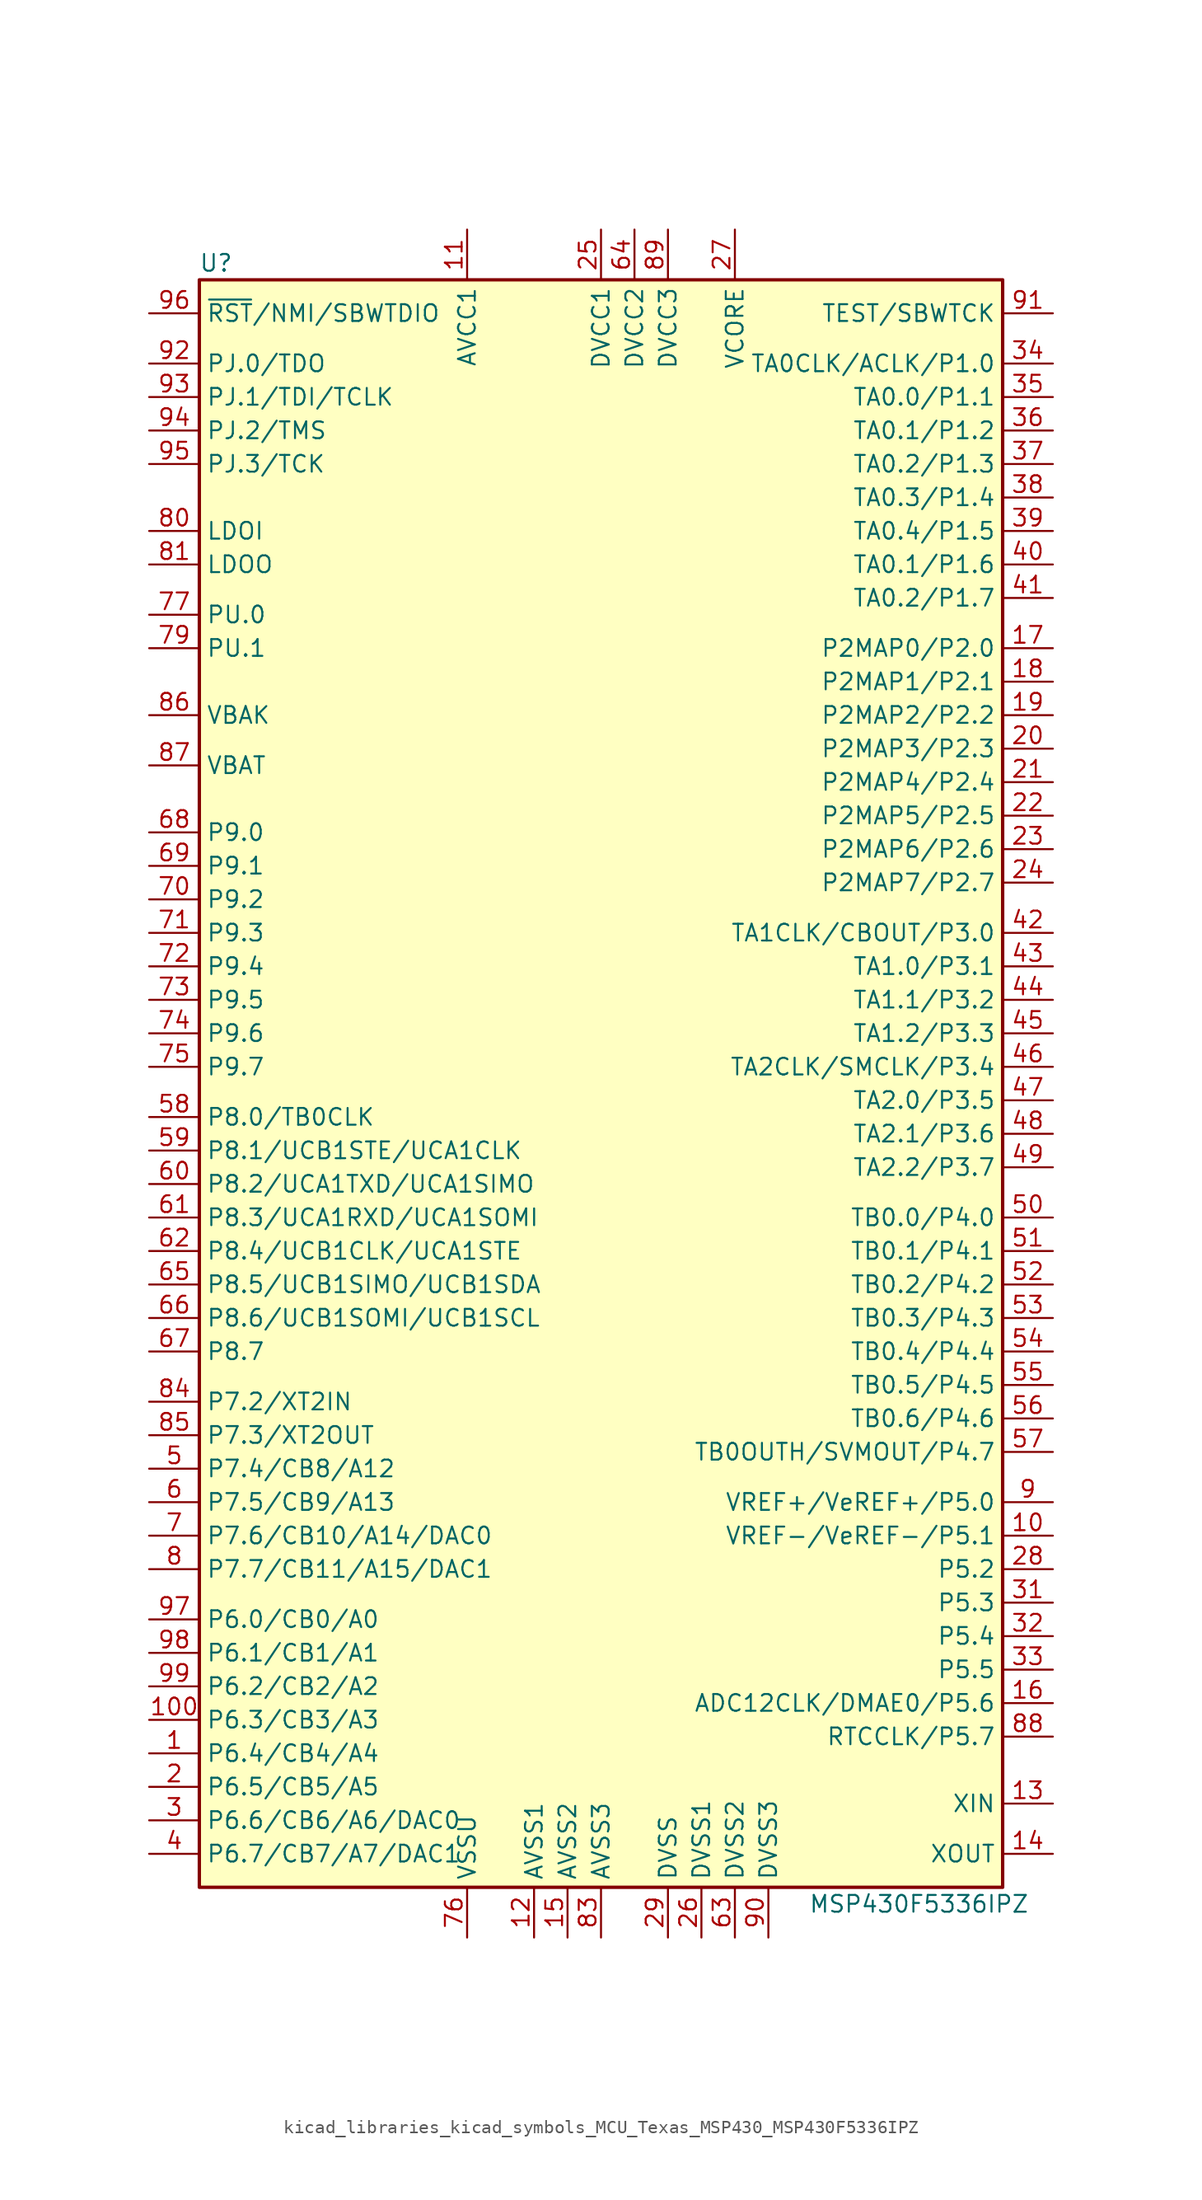
<source format=kicad_sym>
(kicad_symbol_lib
  (version 20220914)
  (generator kicad_symbol_editor)
  (symbol "kicad_libraries_kicad_symbols_MCU_Texas_MSP430_MSP430F5336IPZ"
    (property "Reference" "U"
      (at -29.21 60.96 0)
      (effects (font (size 1.27 1.27))))
    (property "Value" "MSP430F5336IPZ"
      (at 24.13 -63.5 0)
      (effects (font (size 1.27 1.27))))
    (symbol "kicad_libraries_kicad_symbols_MCU_Texas_MSP430_MSP430F5336IPZ_0_1"
      (rectangle (start -30.48 59.69) (end 30.48 -62.23) (stroke (width 0.254) (type default)) (fill (type background))))
    (symbol "kicad_libraries_kicad_symbols_MCU_Texas_MSP430_MSP430F5336IPZ_1_1"
      (pin bidirectional line (at -34.29 -52.07 0) (length 3.81) (name "P6.4/CB4/A4" (effects (font (size 1.27 1.27)))) (number "1" (effects (font (size 1.27 1.27)))))
      (pin bidirectional line (at 34.29 -35.56 180) (length 3.81) (name "VREF-/VeREF-/P5.1" (effects (font (size 1.27 1.27)))) (number "10" (effects (font (size 1.27 1.27)))))
      (pin bidirectional line (at -34.29 -49.53 0) (length 3.81) (name "P6.3/CB3/A3" (effects (font (size 1.27 1.27)))) (number "100" (effects (font (size 1.27 1.27)))))
      (pin power_in line (at -10.16 63.5 270) (length 3.81) (name "AVCC1" (effects (font (size 1.27 1.27)))) (number "11" (effects (font (size 1.27 1.27)))))
      (pin power_in line (at -5.08 -66.04 90) (length 3.81) (name "AVSS1" (effects (font (size 1.27 1.27)))) (number "12" (effects (font (size 1.27 1.27)))))
      (pin bidirectional line (at 34.29 -55.88 180) (length 3.81) (name "XIN" (effects (font (size 1.27 1.27)))) (number "13" (effects (font (size 1.27 1.27)))))
      (pin bidirectional line (at 34.29 -59.69 180) (length 3.81) (name "XOUT" (effects (font (size 1.27 1.27)))) (number "14" (effects (font (size 1.27 1.27)))))
      (pin power_in line (at -2.54 -66.04 90) (length 3.81) (name "AVSS2" (effects (font (size 1.27 1.27)))) (number "15" (effects (font (size 1.27 1.27)))))
      (pin bidirectional line (at 34.29 -48.26 180) (length 3.81) (name "ADC12CLK/DMAE0/P5.6" (effects (font (size 1.27 1.27)))) (number "16" (effects (font (size 1.27 1.27)))))
      (pin bidirectional line (at 34.29 31.75 180) (length 3.81) (name "P2MAP0/P2.0" (effects (font (size 1.27 1.27)))) (number "17" (effects (font (size 1.27 1.27)))))
      (pin bidirectional line (at 34.29 29.21 180) (length 3.81) (name "P2MAP1/P2.1" (effects (font (size 1.27 1.27)))) (number "18" (effects (font (size 1.27 1.27)))))
      (pin bidirectional line (at 34.29 26.67 180) (length 3.81) (name "P2MAP2/P2.2" (effects (font (size 1.27 1.27)))) (number "19" (effects (font (size 1.27 1.27)))))
      (pin bidirectional line (at -34.29 -54.61 0) (length 3.81) (name "P6.5/CB5/A5" (effects (font (size 1.27 1.27)))) (number "2" (effects (font (size 1.27 1.27)))))
      (pin bidirectional line (at 34.29 24.13 180) (length 3.81) (name "P2MAP3/P2.3" (effects (font (size 1.27 1.27)))) (number "20" (effects (font (size 1.27 1.27)))))
      (pin bidirectional line (at 34.29 21.59 180) (length 3.81) (name "P2MAP4/P2.4" (effects (font (size 1.27 1.27)))) (number "21" (effects (font (size 1.27 1.27)))))
      (pin bidirectional line (at 34.29 19.05 180) (length 3.81) (name "P2MAP5/P2.5" (effects (font (size 1.27 1.27)))) (number "22" (effects (font (size 1.27 1.27)))))
      (pin bidirectional line (at 34.29 16.51 180) (length 3.81) (name "P2MAP6/P2.6" (effects (font (size 1.27 1.27)))) (number "23" (effects (font (size 1.27 1.27)))))
      (pin bidirectional line (at 34.29 13.97 180) (length 3.81) (name "P2MAP7/P2.7" (effects (font (size 1.27 1.27)))) (number "24" (effects (font (size 1.27 1.27)))))
      (pin power_in line (at 0 63.5 270) (length 3.81) (name "DVCC1" (effects (font (size 1.27 1.27)))) (number "25" (effects (font (size 1.27 1.27)))))
      (pin power_in line (at 7.62 -66.04 90) (length 3.81) (name "DVSS1" (effects (font (size 1.27 1.27)))) (number "26" (effects (font (size 1.27 1.27)))))
      (pin bidirectional line (at 10.16 63.5 270) (length 3.81) (name "VCORE" (effects (font (size 1.27 1.27)))) (number "27" (effects (font (size 1.27 1.27)))))
      (pin bidirectional line (at 34.29 -38.1 180) (length 3.81) (name "P5.2" (effects (font (size 1.27 1.27)))) (number "28" (effects (font (size 1.27 1.27)))))
      (pin power_in line (at 5.08 -66.04 90) (length 3.81) (name "DVSS" (effects (font (size 1.27 1.27)))) (number "29" (effects (font (size 1.27 1.27)))))
      (pin bidirectional line (at -34.29 -57.15 0) (length 3.81) (name "P6.6/CB6/A6/DAC0" (effects (font (size 1.27 1.27)))) (number "3" (effects (font (size 1.27 1.27)))))
      (pin bidirectional line (at 34.29 -40.64 180) (length 3.81) (name "P5.3" (effects (font (size 1.27 1.27)))) (number "31" (effects (font (size 1.27 1.27)))))
      (pin bidirectional line (at 34.29 -43.18 180) (length 3.81) (name "P5.4" (effects (font (size 1.27 1.27)))) (number "32" (effects (font (size 1.27 1.27)))))
      (pin bidirectional line (at 34.29 -45.72 180) (length 3.81) (name "P5.5" (effects (font (size 1.27 1.27)))) (number "33" (effects (font (size 1.27 1.27)))))
      (pin bidirectional line (at 34.29 53.34 180) (length 3.81) (name "TA0CLK/ACLK/P1.0" (effects (font (size 1.27 1.27)))) (number "34" (effects (font (size 1.27 1.27)))))
      (pin bidirectional line (at 34.29 50.8 180) (length 3.81) (name "TA0.0/P1.1" (effects (font (size 1.27 1.27)))) (number "35" (effects (font (size 1.27 1.27)))))
      (pin bidirectional line (at 34.29 48.26 180) (length 3.81) (name "TA0.1/P1.2" (effects (font (size 1.27 1.27)))) (number "36" (effects (font (size 1.27 1.27)))))
      (pin bidirectional line (at 34.29 45.72 180) (length 3.81) (name "TA0.2/P1.3" (effects (font (size 1.27 1.27)))) (number "37" (effects (font (size 1.27 1.27)))))
      (pin bidirectional line (at 34.29 43.18 180) (length 3.81) (name "TA0.3/P1.4" (effects (font (size 1.27 1.27)))) (number "38" (effects (font (size 1.27 1.27)))))
      (pin bidirectional line (at 34.29 40.64 180) (length 3.81) (name "TA0.4/P1.5" (effects (font (size 1.27 1.27)))) (number "39" (effects (font (size 1.27 1.27)))))
      (pin bidirectional line (at -34.29 -59.69 0) (length 3.81) (name "P6.7/CB7/A7/DAC1" (effects (font (size 1.27 1.27)))) (number "4" (effects (font (size 1.27 1.27)))))
      (pin bidirectional line (at 34.29 38.1 180) (length 3.81) (name "TA0.1/P1.6" (effects (font (size 1.27 1.27)))) (number "40" (effects (font (size 1.27 1.27)))))
      (pin bidirectional line (at 34.29 35.56 180) (length 3.81) (name "TA0.2/P1.7" (effects (font (size 1.27 1.27)))) (number "41" (effects (font (size 1.27 1.27)))))
      (pin bidirectional line (at 34.29 10.16 180) (length 3.81) (name "TA1CLK/CBOUT/P3.0" (effects (font (size 1.27 1.27)))) (number "42" (effects (font (size 1.27 1.27)))))
      (pin bidirectional line (at 34.29 7.62 180) (length 3.81) (name "TA1.0/P3.1" (effects (font (size 1.27 1.27)))) (number "43" (effects (font (size 1.27 1.27)))))
      (pin bidirectional line (at 34.29 5.08 180) (length 3.81) (name "TA1.1/P3.2" (effects (font (size 1.27 1.27)))) (number "44" (effects (font (size 1.27 1.27)))))
      (pin bidirectional line (at 34.29 2.54 180) (length 3.81) (name "TA1.2/P3.3" (effects (font (size 1.27 1.27)))) (number "45" (effects (font (size 1.27 1.27)))))
      (pin bidirectional line (at 34.29 0 180) (length 3.81) (name "TA2CLK/SMCLK/P3.4" (effects (font (size 1.27 1.27)))) (number "46" (effects (font (size 1.27 1.27)))))
      (pin bidirectional line (at 34.29 -2.54 180) (length 3.81) (name "TA2.0/P3.5" (effects (font (size 1.27 1.27)))) (number "47" (effects (font (size 1.27 1.27)))))
      (pin bidirectional line (at 34.29 -5.08 180) (length 3.81) (name "TA2.1/P3.6" (effects (font (size 1.27 1.27)))) (number "48" (effects (font (size 1.27 1.27)))))
      (pin bidirectional line (at 34.29 -7.62 180) (length 3.81) (name "TA2.2/P3.7" (effects (font (size 1.27 1.27)))) (number "49" (effects (font (size 1.27 1.27)))))
      (pin bidirectional line (at -34.29 -30.48 0) (length 3.81) (name "P7.4/CB8/A12" (effects (font (size 1.27 1.27)))) (number "5" (effects (font (size 1.27 1.27)))))
      (pin bidirectional line (at 34.29 -11.43 180) (length 3.81) (name "TB0.0/P4.0" (effects (font (size 1.27 1.27)))) (number "50" (effects (font (size 1.27 1.27)))))
      (pin bidirectional line (at 34.29 -13.97 180) (length 3.81) (name "TB0.1/P4.1" (effects (font (size 1.27 1.27)))) (number "51" (effects (font (size 1.27 1.27)))))
      (pin bidirectional line (at 34.29 -16.51 180) (length 3.81) (name "TB0.2/P4.2" (effects (font (size 1.27 1.27)))) (number "52" (effects (font (size 1.27 1.27)))))
      (pin bidirectional line (at 34.29 -19.05 180) (length 3.81) (name "TB0.3/P4.3" (effects (font (size 1.27 1.27)))) (number "53" (effects (font (size 1.27 1.27)))))
      (pin bidirectional line (at 34.29 -21.59 180) (length 3.81) (name "TB0.4/P4.4" (effects (font (size 1.27 1.27)))) (number "54" (effects (font (size 1.27 1.27)))))
      (pin bidirectional line (at 34.29 -24.13 180) (length 3.81) (name "TB0.5/P4.5" (effects (font (size 1.27 1.27)))) (number "55" (effects (font (size 1.27 1.27)))))
      (pin bidirectional line (at 34.29 -26.67 180) (length 3.81) (name "TB0.6/P4.6" (effects (font (size 1.27 1.27)))) (number "56" (effects (font (size 1.27 1.27)))))
      (pin bidirectional line (at 34.29 -29.21 180) (length 3.81) (name "TB0OUTH/SVMOUT/P4.7" (effects (font (size 1.27 1.27)))) (number "57" (effects (font (size 1.27 1.27)))))
      (pin bidirectional line (at -34.29 -3.81 0) (length 3.81) (name "P8.0/TB0CLK" (effects (font (size 1.27 1.27)))) (number "58" (effects (font (size 1.27 1.27)))))
      (pin bidirectional line (at -34.29 -6.35 0) (length 3.81) (name "P8.1/UCB1STE/UCA1CLK" (effects (font (size 1.27 1.27)))) (number "59" (effects (font (size 1.27 1.27)))))
      (pin bidirectional line (at -34.29 -33.02 0) (length 3.81) (name "P7.5/CB9/A13" (effects (font (size 1.27 1.27)))) (number "6" (effects (font (size 1.27 1.27)))))
      (pin bidirectional line (at -34.29 -8.89 0) (length 3.81) (name "P8.2/UCA1TXD/UCA1SIMO" (effects (font (size 1.27 1.27)))) (number "60" (effects (font (size 1.27 1.27)))))
      (pin bidirectional line (at -34.29 -11.43 0) (length 3.81) (name "P8.3/UCA1RXD/UCA1SOMI" (effects (font (size 1.27 1.27)))) (number "61" (effects (font (size 1.27 1.27)))))
      (pin bidirectional line (at -34.29 -13.97 0) (length 3.81) (name "P8.4/UCB1CLK/UCA1STE" (effects (font (size 1.27 1.27)))) (number "62" (effects (font (size 1.27 1.27)))))
      (pin power_in line (at 10.16 -66.04 90) (length 3.81) (name "DVSS2" (effects (font (size 1.27 1.27)))) (number "63" (effects (font (size 1.27 1.27)))))
      (pin power_in line (at 2.54 63.5 270) (length 3.81) (name "DVCC2" (effects (font (size 1.27 1.27)))) (number "64" (effects (font (size 1.27 1.27)))))
      (pin bidirectional line (at -34.29 -16.51 0) (length 3.81) (name "P8.5/UCB1SIMO/UCB1SDA" (effects (font (size 1.27 1.27)))) (number "65" (effects (font (size 1.27 1.27)))))
      (pin bidirectional line (at -34.29 -19.05 0) (length 3.81) (name "P8.6/UCB1SOMI/UCB1SCL" (effects (font (size 1.27 1.27)))) (number "66" (effects (font (size 1.27 1.27)))))
      (pin bidirectional line (at -34.29 -21.59 0) (length 3.81) (name "P8.7" (effects (font (size 1.27 1.27)))) (number "67" (effects (font (size 1.27 1.27)))))
      (pin bidirectional line (at -34.29 17.78 0) (length 3.81) (name "P9.0" (effects (font (size 1.27 1.27)))) (number "68" (effects (font (size 1.27 1.27)))))
      (pin bidirectional line (at -34.29 15.24 0) (length 3.81) (name "P9.1" (effects (font (size 1.27 1.27)))) (number "69" (effects (font (size 1.27 1.27)))))
      (pin bidirectional line (at -34.29 -35.56 0) (length 3.81) (name "P7.6/CB10/A14/DAC0" (effects (font (size 1.27 1.27)))) (number "7" (effects (font (size 1.27 1.27)))))
      (pin bidirectional line (at -34.29 12.7 0) (length 3.81) (name "P9.2" (effects (font (size 1.27 1.27)))) (number "70" (effects (font (size 1.27 1.27)))))
      (pin bidirectional line (at -34.29 10.16 0) (length 3.81) (name "P9.3" (effects (font (size 1.27 1.27)))) (number "71" (effects (font (size 1.27 1.27)))))
      (pin bidirectional line (at -34.29 7.62 0) (length 3.81) (name "P9.4" (effects (font (size 1.27 1.27)))) (number "72" (effects (font (size 1.27 1.27)))))
      (pin bidirectional line (at -34.29 5.08 0) (length 3.81) (name "P9.5" (effects (font (size 1.27 1.27)))) (number "73" (effects (font (size 1.27 1.27)))))
      (pin bidirectional line (at -34.29 2.54 0) (length 3.81) (name "P9.6" (effects (font (size 1.27 1.27)))) (number "74" (effects (font (size 1.27 1.27)))))
      (pin bidirectional line (at -34.29 0 0) (length 3.81) (name "P9.7" (effects (font (size 1.27 1.27)))) (number "75" (effects (font (size 1.27 1.27)))))
      (pin power_in line (at -10.16 -66.04 90) (length 3.81) (name "VSSU" (effects (font (size 1.27 1.27)))) (number "76" (effects (font (size 1.27 1.27)))))
      (pin bidirectional line (at -34.29 34.29 0) (length 3.81) (name "PU.0" (effects (font (size 1.27 1.27)))) (number "77" (effects (font (size 1.27 1.27)))))
      (pin bidirectional line (at -34.29 31.75 0) (length 3.81) (name "PU.1" (effects (font (size 1.27 1.27)))) (number "79" (effects (font (size 1.27 1.27)))))
      (pin bidirectional line (at -34.29 -38.1 0) (length 3.81) (name "P7.7/CB11/A15/DAC1" (effects (font (size 1.27 1.27)))) (number "8" (effects (font (size 1.27 1.27)))))
      (pin bidirectional line (at -34.29 40.64 0) (length 3.81) (name "LDOI" (effects (font (size 1.27 1.27)))) (number "80" (effects (font (size 1.27 1.27)))))
      (pin bidirectional line (at -34.29 38.1 0) (length 3.81) (name "LDOO" (effects (font (size 1.27 1.27)))) (number "81" (effects (font (size 1.27 1.27)))))
      (pin power_in line (at 0 -66.04 90) (length 3.81) (name "AVSS3" (effects (font (size 1.27 1.27)))) (number "83" (effects (font (size 1.27 1.27)))))
      (pin bidirectional line (at -34.29 -25.4 0) (length 3.81) (name "P7.2/XT2IN" (effects (font (size 1.27 1.27)))) (number "84" (effects (font (size 1.27 1.27)))))
      (pin bidirectional line (at -34.29 -27.94 0) (length 3.81) (name "P7.3/XT2OUT" (effects (font (size 1.27 1.27)))) (number "85" (effects (font (size 1.27 1.27)))))
      (pin bidirectional line (at -34.29 26.67 0) (length 3.81) (name "VBAK" (effects (font (size 1.27 1.27)))) (number "86" (effects (font (size 1.27 1.27)))))
      (pin bidirectional line (at -34.29 22.86 0) (length 3.81) (name "VBAT" (effects (font (size 1.27 1.27)))) (number "87" (effects (font (size 1.27 1.27)))))
      (pin bidirectional line (at 34.29 -50.8 180) (length 3.81) (name "RTCCLK/P5.7" (effects (font (size 1.27 1.27)))) (number "88" (effects (font (size 1.27 1.27)))))
      (pin power_in line (at 5.08 63.5 270) (length 3.81) (name "DVCC3" (effects (font (size 1.27 1.27)))) (number "89" (effects (font (size 1.27 1.27)))))
      (pin bidirectional line (at 34.29 -33.02 180) (length 3.81) (name "VREF+/VeREF+/P5.0" (effects (font (size 1.27 1.27)))) (number "9" (effects (font (size 1.27 1.27)))))
      (pin power_in line (at 12.7 -66.04 90) (length 3.81) (name "DVSS3" (effects (font (size 1.27 1.27)))) (number "90" (effects (font (size 1.27 1.27)))))
      (pin input line (at 34.29 57.15 180) (length 3.81) (name "TEST/SBWTCK" (effects (font (size 1.27 1.27)))) (number "91" (effects (font (size 1.27 1.27)))))
      (pin bidirectional line (at -34.29 53.34 0) (length 3.81) (name "PJ.0/TDO" (effects (font (size 1.27 1.27)))) (number "92" (effects (font (size 1.27 1.27)))))
      (pin bidirectional line (at -34.29 50.8 0) (length 3.81) (name "PJ.1/TDI/TCLK" (effects (font (size 1.27 1.27)))) (number "93" (effects (font (size 1.27 1.27)))))
      (pin bidirectional line (at -34.29 48.26 0) (length 3.81) (name "PJ.2/TMS" (effects (font (size 1.27 1.27)))) (number "94" (effects (font (size 1.27 1.27)))))
      (pin bidirectional line (at -34.29 45.72 0) (length 3.81) (name "PJ.3/TCK" (effects (font (size 1.27 1.27)))) (number "95" (effects (font (size 1.27 1.27)))))
      (pin input line (at -34.29 57.15 0) (length 3.81) (name "~{RST}/NMI/SBWTDIO" (effects (font (size 1.27 1.27)))) (number "96" (effects (font (size 1.27 1.27)))))
      (pin bidirectional line (at -34.29 -41.91 0) (length 3.81) (name "P6.0/CB0/A0" (effects (font (size 1.27 1.27)))) (number "97" (effects (font (size 1.27 1.27)))))
      (pin bidirectional line (at -34.29 -44.45 0) (length 3.81) (name "P6.1/CB1/A1" (effects (font (size 1.27 1.27)))) (number "98" (effects (font (size 1.27 1.27)))))
      (pin bidirectional line (at -34.29 -46.99 0) (length 3.81) (name "P6.2/CB2/A2" (effects (font (size 1.27 1.27)))) (number "99" (effects (font (size 1.27 1.27))))))))
</source>
